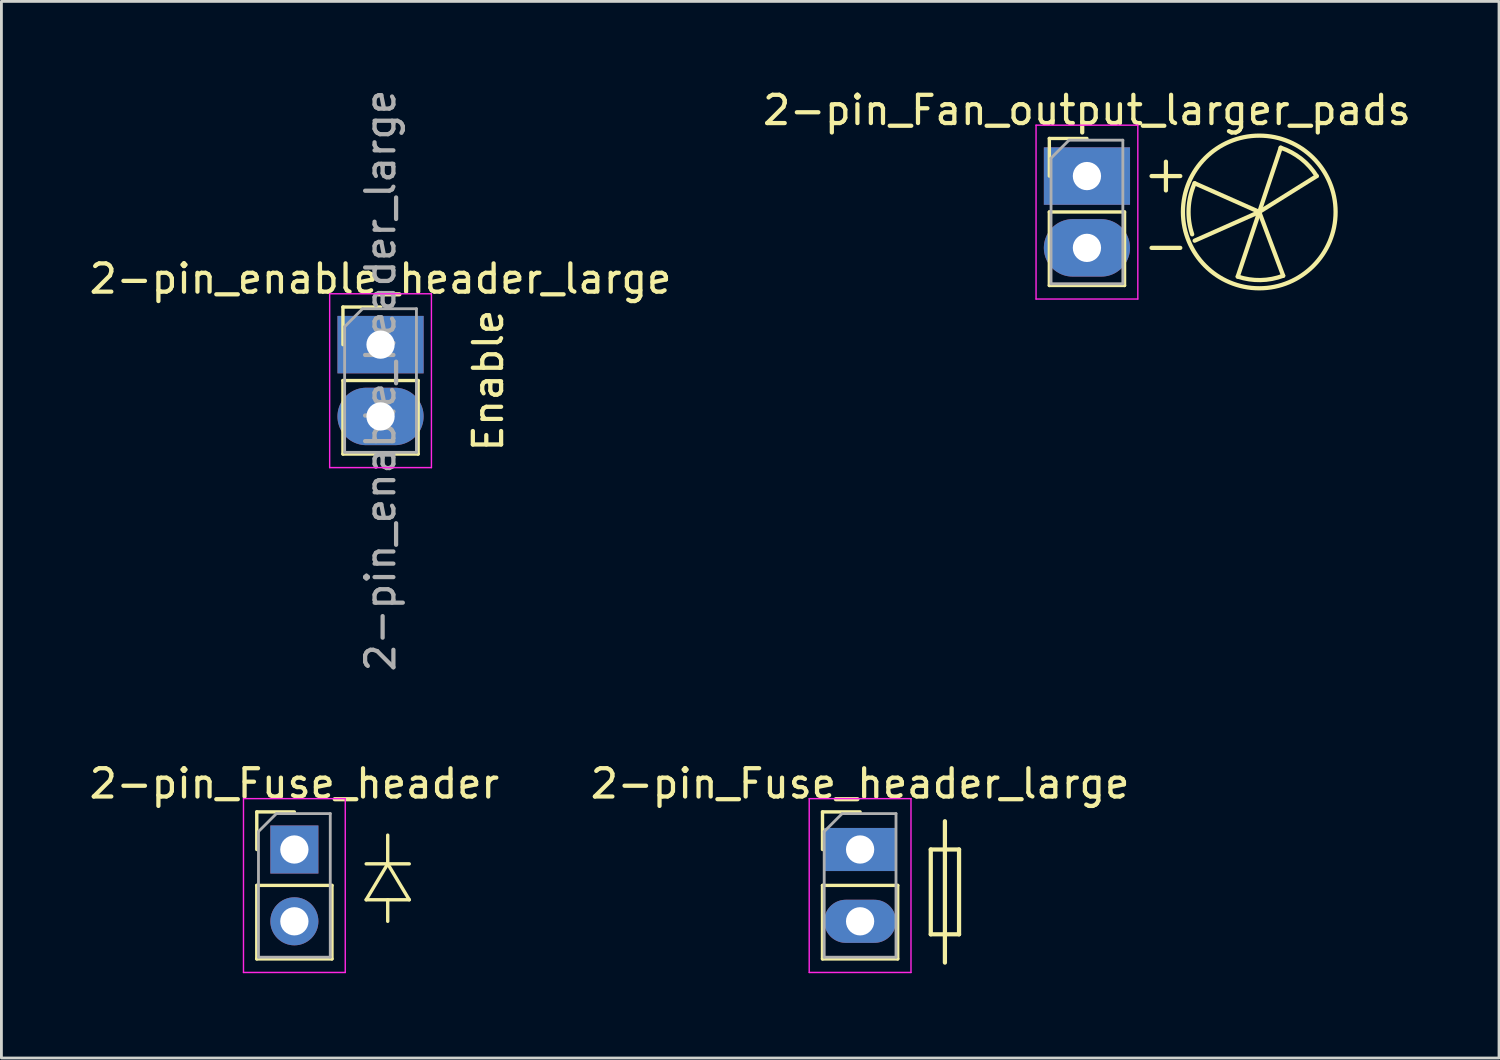
<source format=kicad_pcb>
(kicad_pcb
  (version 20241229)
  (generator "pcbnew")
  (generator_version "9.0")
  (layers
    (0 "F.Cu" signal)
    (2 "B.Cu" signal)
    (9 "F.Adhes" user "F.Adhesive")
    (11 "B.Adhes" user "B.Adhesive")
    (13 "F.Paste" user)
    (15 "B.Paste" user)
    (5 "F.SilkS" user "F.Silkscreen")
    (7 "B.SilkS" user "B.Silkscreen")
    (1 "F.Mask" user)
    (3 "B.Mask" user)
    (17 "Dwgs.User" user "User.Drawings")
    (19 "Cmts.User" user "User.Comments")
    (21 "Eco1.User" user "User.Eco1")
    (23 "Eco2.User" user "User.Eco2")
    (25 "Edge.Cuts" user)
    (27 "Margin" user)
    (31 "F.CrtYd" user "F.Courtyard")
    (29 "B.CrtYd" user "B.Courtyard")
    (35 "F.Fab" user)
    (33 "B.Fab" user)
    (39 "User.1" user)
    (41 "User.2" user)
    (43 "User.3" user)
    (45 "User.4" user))
  (footprint "2-pin_Fuse_header_large"
    (layer "F.Cu")
    (at 27.375 27)
    (property "Reference" "2-pin_Fuse_header_large" (at 0 -2.33 0) (layer "F.SilkS") (effects (font (size 1 1) (thickness 0.15))))
    (attr through_hole)
    (fp_line (start -1.33 -1.33) (end 0 -1.33) (stroke (width 0.12) (type solid)) (layer "F.SilkS"))
    (fp_line (start -1.33 0) (end -1.33 -1.33) (stroke (width 0.12) (type solid)) (layer "F.SilkS"))
    (fp_line (start -1.33 1.27) (end -1.33 3.87) (stroke (width 0.12) (type solid)) (layer "F.SilkS"))
    (fp_line (start -1.33 1.27) (end 1.33 1.27) (stroke (width 0.12) (type solid)) (layer "F.SilkS"))
    (fp_line (start -1.33 3.87) (end 1.33 3.87) (stroke (width 0.12) (type solid)) (layer "F.SilkS"))
    (fp_line (start 1.33 1.27) (end 1.33 3.87) (stroke (width 0.12) (type solid)) (layer "F.SilkS"))
    (fp_line (start 2.5 0) (end 2.5 3) (stroke (width 0.15) (type solid)) (layer "F.SilkS"))
    (fp_line (start 2.5 3) (end 3.5 3) (stroke (width 0.15) (type solid)) (layer "F.SilkS"))
    (fp_line (start 3 -1) (end 3 4) (stroke (width 0.15) (type solid)) (layer "F.SilkS"))
    (fp_line (start 3.5 0) (end 2.5 0) (stroke (width 0.15) (type solid)) (layer "F.SilkS"))
    (fp_line (start 3.5 3) (end 3.5 0) (stroke (width 0.15) (type solid)) (layer "F.SilkS"))
    (fp_line (start -1.8 -1.8) (end -1.8 4.35) (stroke (width 0.05) (type solid)) (layer "F.CrtYd"))
    (fp_line (start -1.8 4.35) (end 1.8 4.35) (stroke (width 0.05) (type solid)) (layer "F.CrtYd"))
    (fp_line (start 1.8 -1.8) (end -1.8 -1.8) (stroke (width 0.05) (type solid)) (layer "F.CrtYd"))
    (fp_line (start 1.8 4.35) (end 1.8 -1.8) (stroke (width 0.05) (type solid)) (layer "F.CrtYd"))
    (fp_line (start -1.27 -0.635) (end -0.635 -1.27) (stroke (width 0.1) (type solid)) (layer "F.Fab"))
    (fp_line (start -1.27 3.81) (end -1.27 -0.635) (stroke (width 0.1) (type solid)) (layer "F.Fab"))
    (fp_line (start -0.635 -1.27) (end 1.27 -1.27) (stroke (width 0.1) (type solid)) (layer "F.Fab"))
    (fp_line (start 1.27 -1.27) (end 1.27 3.81) (stroke (width 0.1) (type solid)) (layer "F.Fab"))
    (fp_line (start 1.27 3.81) (end -1.27 3.81) (stroke (width 0.1) (type solid)) (layer "F.Fab"))
    (pad "1" thru_hole rect (at 0 0) (size 2.54 1.524) (drill 1) (layers "*.Cu" "*.Mask"))
    (pad "2" thru_hole oval (at 0 2.54) (size 2.54 1.524) (drill 1) (layers "*.Cu" "*.Mask")))
  (footprint "2-pin_Fuse_header"
    (layer "F.Cu")
    (at 7.363 27)
    (property "Reference" "2-pin_Fuse_header" (at 0 -2.33 0) (layer "F.SilkS") (effects (font (size 1 1) (thickness 0.15))))
    (attr through_hole)
    (fp_line (start -1.33 -1.33) (end 0 -1.33) (stroke (width 0.12) (type solid)) (layer "F.SilkS"))
    (fp_line (start -1.33 0) (end -1.33 -1.33) (stroke (width 0.12) (type solid)) (layer "F.SilkS"))
    (fp_line (start -1.33 1.27) (end -1.33 3.87) (stroke (width 0.12) (type solid)) (layer "F.SilkS"))
    (fp_line (start -1.33 1.27) (end 1.33 1.27) (stroke (width 0.12) (type solid)) (layer "F.SilkS"))
    (fp_line (start -1.33 3.87) (end 1.33 3.87) (stroke (width 0.12) (type solid)) (layer "F.SilkS"))
    (fp_line (start 1.33 1.27) (end 1.33 3.87) (stroke (width 0.12) (type solid)) (layer "F.SilkS"))
    (fp_line (start 2.54 1.778) (end 3.302 0.508) (stroke (width 0.12) (type solid)) (layer "F.SilkS"))
    (fp_line (start 3.302 0.508) (end 3.302 -0.508) (stroke (width 0.12) (type solid)) (layer "F.SilkS"))
    (fp_line (start 3.302 0.508) (end 4.064 1.778) (stroke (width 0.12) (type solid)) (layer "F.SilkS"))
    (fp_line (start 3.302 1.778) (end 3.302 2.54) (stroke (width 0.12) (type solid)) (layer "F.SilkS"))
    (fp_line (start 4.064 0.508) (end 2.54 0.508) (stroke (width 0.12) (type solid)) (layer "F.SilkS"))
    (fp_line (start 4.064 1.778) (end 2.54 1.778) (stroke (width 0.12) (type solid)) (layer "F.SilkS"))
    (fp_line (start -1.8 -1.8) (end -1.8 4.35) (stroke (width 0.05) (type solid)) (layer "F.CrtYd"))
    (fp_line (start -1.8 4.35) (end 1.8 4.35) (stroke (width 0.05) (type solid)) (layer "F.CrtYd"))
    (fp_line (start 1.8 -1.8) (end -1.8 -1.8) (stroke (width 0.05) (type solid)) (layer "F.CrtYd"))
    (fp_line (start 1.8 4.35) (end 1.8 -1.8) (stroke (width 0.05) (type solid)) (layer "F.CrtYd"))
    (fp_line (start -1.27 -0.635) (end -0.635 -1.27) (stroke (width 0.1) (type solid)) (layer "F.Fab"))
    (fp_line (start -1.27 3.81) (end -1.27 -0.635) (stroke (width 0.1) (type solid)) (layer "F.Fab"))
    (fp_line (start -0.635 -1.27) (end 1.27 -1.27) (stroke (width 0.1) (type solid)) (layer "F.Fab"))
    (fp_line (start 1.27 -1.27) (end 1.27 3.81) (stroke (width 0.1) (type solid)) (layer "F.Fab"))
    (fp_line (start 1.27 3.81) (end -1.27 3.81) (stroke (width 0.1) (type solid)) (layer "F.Fab"))
    (pad "1" thru_hole rect (at 0 0) (size 1.7 1.7) (drill 1) (layers "*.Cu" "*.Mask"))
    (pad "2" thru_hole oval (at 0 2.54) (size 1.7 1.7) (drill 1) (layers "*.Cu" "*.Mask")))
  (footprint "2-pin_enable_header_large"
    (layer "F.Cu")
    (at 10.411 9.141)
    (property "Reference" "2-pin_enable_header_large" (at 0 -2.33 0) (layer "F.SilkS") (effects (font (size 1 1) (thickness 0.15))))
    (attr through_hole)
    (fp_line (start -1.33 -1.33) (end 0 -1.33) (stroke (width 0.12) (type solid)) (layer "F.SilkS"))
    (fp_line (start -1.33 0) (end -1.33 -1.33) (stroke (width 0.12) (type solid)) (layer "F.SilkS"))
    (fp_line (start -1.33 1.27) (end -1.33 3.87) (stroke (width 0.12) (type solid)) (layer "F.SilkS"))
    (fp_line (start -1.33 1.27) (end 1.33 1.27) (stroke (width 0.12) (type solid)) (layer "F.SilkS"))
    (fp_line (start -1.33 3.87) (end 1.33 3.87) (stroke (width 0.12) (type solid)) (layer "F.SilkS"))
    (fp_line (start 1.33 1.27) (end 1.33 3.87) (stroke (width 0.12) (type solid)) (layer "F.SilkS"))
    (fp_line (start -1.8 -1.8) (end -1.8 4.35) (stroke (width 0.05) (type solid)) (layer "F.CrtYd"))
    (fp_line (start -1.8 4.35) (end 1.8 4.35) (stroke (width 0.05) (type solid)) (layer "F.CrtYd"))
    (fp_line (start 1.8 -1.8) (end -1.8 -1.8) (stroke (width 0.05) (type solid)) (layer "F.CrtYd"))
    (fp_line (start 1.8 4.35) (end 1.8 -1.8) (stroke (width 0.05) (type solid)) (layer "F.CrtYd"))
    (fp_line (start -1.27 -0.635) (end -0.635 -1.27) (stroke (width 0.1) (type solid)) (layer "F.Fab"))
    (fp_line (start -1.27 3.81) (end -1.27 -0.635) (stroke (width 0.1) (type solid)) (layer "F.Fab"))
    (fp_line (start -0.635 -1.27) (end 1.27 -1.27) (stroke (width 0.1) (type solid)) (layer "F.Fab"))
    (fp_line (start 1.27 -1.27) (end 1.27 3.81) (stroke (width 0.1) (type solid)) (layer "F.Fab"))
    (fp_line (start 1.27 3.81) (end -1.27 3.81) (stroke (width 0.1) (type solid)) (layer "F.Fab"))
    (fp_text user "Enable" (at 3.81 1.27 90) (layer "F.SilkS") (effects (font (size 1 1) (thickness 0.15))))
    (fp_text user "${REFERENCE}" (at 0 1.27 90) (layer "F.Fab") (effects (font (size 1 1) (thickness 0.15))))
    (pad "1" thru_hole rect (at 0 0) (size 3.048 2.032) (drill 1) (layers "*.Cu" "*.Mask"))
    (pad "2" thru_hole oval (at 0 2.54) (size 3.048 2.032) (drill 1) (layers "*.Cu" "*.Mask")))
  (footprint "2-pin_Fan_output_larger_pads"
    (layer "F.Cu")
    (at 35.399 3.178)
    (property "Reference" "2-pin_Fan_output_larger_pads" (at 0 -2.33 0) (layer "F.SilkS") (effects (font (size 1 1) (thickness 0.15))))
    (attr through_hole)
    (fp_line (start -1.33 -1.33) (end 0 -1.33) (stroke (width 0.12) (type solid)) (layer "F.SilkS"))
    (fp_line (start -1.33 0) (end -1.33 -1.33) (stroke (width 0.12) (type solid)) (layer "F.SilkS"))
    (fp_line (start -1.33 1.27) (end -1.33 3.87) (stroke (width 0.12) (type solid)) (layer "F.SilkS"))
    (fp_line (start -1.33 1.27) (end 1.33 1.27) (stroke (width 0.12) (type solid)) (layer "F.SilkS"))
    (fp_line (start -1.33 3.87) (end 1.33 3.87) (stroke (width 0.12) (type solid)) (layer "F.SilkS"))
    (fp_line (start 1.33 1.27) (end 1.33 3.87) (stroke (width 0.12) (type solid)) (layer "F.SilkS"))
    (fp_line (start 2.286 0) (end 3.302 0) (stroke (width 0.15) (type solid)) (layer "F.SilkS"))
    (fp_line (start 2.286 2.54) (end 3.302 2.54) (stroke (width 0.15) (type solid)) (layer "F.SilkS"))
    (fp_line (start 2.794 0.508) (end 2.794 -0.508) (stroke (width 0.15) (type solid)) (layer "F.SilkS"))
    (fp_line (start 6.096 1.27) (end 3.81 2.286) (stroke (width 0.15) (type solid)) (layer "F.SilkS"))
    (fp_line (start 6.096 1.27) (end 3.81 0.254) (stroke (width 0.15) (type solid)) (layer "F.SilkS"))
    (fp_line (start 6.096 1.27) (end 5.334 3.556) (stroke (width 0.15) (type solid)) (layer "F.SilkS"))
    (fp_line (start 6.096 1.27) (end 6.854 -1.003) (stroke (width 0.15) (type solid)) (layer "F.SilkS"))
    (fp_line (start 6.096 1.27) (end 6.942 3.526) (stroke (width 0.15) (type solid)) (layer "F.SilkS"))
    (fp_line (start 6.096 1.27) (end 8.128 0.000001) (stroke (width 0.15) (type solid)) (layer "F.SilkS"))
    (fp_arc (start 3.722766 2.061079) (mid 3.597301 1.149378) (end 3.810001 0.254001) (stroke (width 0.15) (type solid)) (layer "F.SilkS"))
    (fp_arc (start 6.853755 -1.003263) (mid 7.578335 -0.612711) (end 8.127999 0.000001) (stroke (width 0.15) (type solid)) (layer "F.SilkS"))
    (fp_arc (start 6.942087 3.526229) (mid 6.140601 3.679241) (end 5.334001 3.555999) (stroke (width 0.15) (type solid)) (layer "F.SilkS"))
    (fp_circle (center 6.096 1.27) (end 4.064 -0.508) (stroke (width 0.15) (type solid)) (fill no) (layer "F.SilkS"))
    (fp_line (start -1.8 -1.8) (end -1.8 4.35) (stroke (width 0.05) (type solid)) (layer "F.CrtYd"))
    (fp_line (start -1.8 4.35) (end 1.8 4.35) (stroke (width 0.05) (type solid)) (layer "F.CrtYd"))
    (fp_line (start 1.8 -1.8) (end -1.8 -1.8) (stroke (width 0.05) (type solid)) (layer "F.CrtYd"))
    (fp_line (start 1.8 4.35) (end 1.8 -1.8) (stroke (width 0.05) (type solid)) (layer "F.CrtYd"))
    (fp_line (start -1.27 -0.635) (end -0.635 -1.27) (stroke (width 0.1) (type solid)) (layer "F.Fab"))
    (fp_line (start -1.27 3.81) (end -1.27 -0.635) (stroke (width 0.1) (type solid)) (layer "F.Fab"))
    (fp_line (start -0.635 -1.27) (end 1.27 -1.27) (stroke (width 0.1) (type solid)) (layer "F.Fab"))
    (fp_line (start 1.27 -1.27) (end 1.27 3.81) (stroke (width 0.1) (type solid)) (layer "F.Fab"))
    (fp_line (start 1.27 3.81) (end -1.27 3.81) (stroke (width 0.1) (type solid)) (layer "F.Fab"))
    (pad "1" thru_hole rect (at 0 0) (size 3.048 2.032) (drill 1) (layers "*.Cu" "*.Mask"))
    (pad "2" thru_hole oval (at 0 2.54) (size 3.048 2.032) (drill 1) (layers "*.Cu" "*.Mask")))
  (gr_rect
    (start -3 -3)
    (end 49.976 34.375)
    (stroke (width 0.1) (type default))
    (fill no)
    (layer "Edge.Cuts")))
</source>
